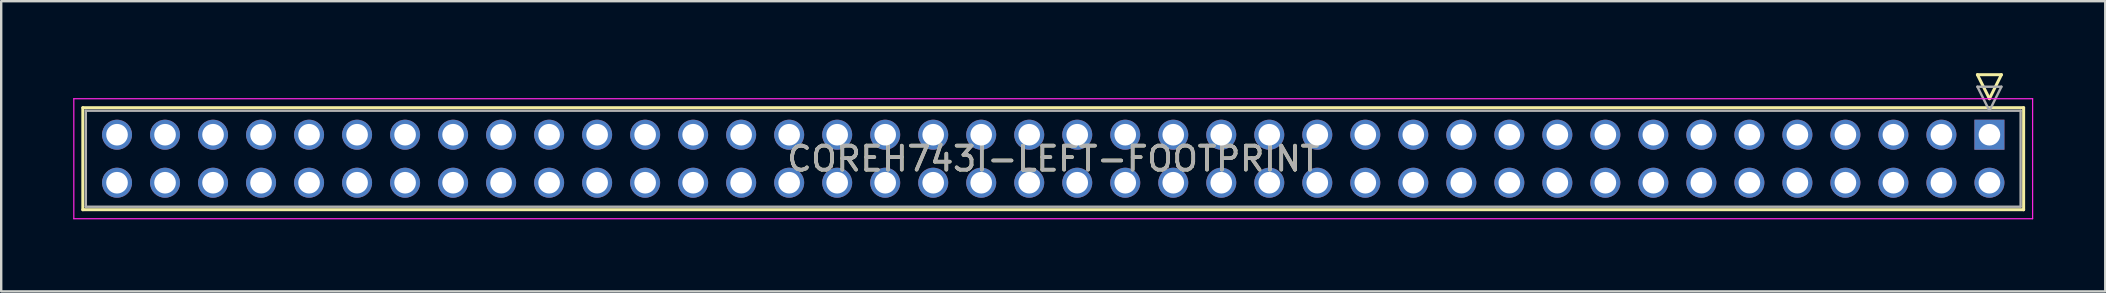
<source format=kicad_pcb>
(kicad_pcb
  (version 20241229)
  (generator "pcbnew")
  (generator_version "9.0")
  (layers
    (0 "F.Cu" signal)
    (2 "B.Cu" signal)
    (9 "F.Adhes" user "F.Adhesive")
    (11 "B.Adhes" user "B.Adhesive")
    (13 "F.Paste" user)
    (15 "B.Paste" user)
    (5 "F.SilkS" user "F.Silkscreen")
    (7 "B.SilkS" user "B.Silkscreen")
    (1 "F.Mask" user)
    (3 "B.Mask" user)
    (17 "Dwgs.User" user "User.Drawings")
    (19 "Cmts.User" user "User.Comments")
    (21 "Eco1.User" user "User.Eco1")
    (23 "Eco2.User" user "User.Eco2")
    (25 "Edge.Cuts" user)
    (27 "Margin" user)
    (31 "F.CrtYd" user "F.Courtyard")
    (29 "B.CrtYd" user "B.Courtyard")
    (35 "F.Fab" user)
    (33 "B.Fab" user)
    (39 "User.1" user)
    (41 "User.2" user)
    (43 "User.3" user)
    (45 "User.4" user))
  (footprint "COREH743I-LEFT-FOOTPRINT"
    (layer "F.Cu")
    (at 79.825 2.562)
    (property "Reference" "COREH743I-LEFT-FOOTPRINT" (at -39 1 0) (unlocked yes) (layer "F.SilkS") (effects (font (size 1 1) (thickness 0.15))))
    (attr through_hole)
    (fp_line (start -79.425 -1.125) (end -79.425 3.125) (stroke (width 0.125) (type solid)) (layer "F.SilkS"))
    (fp_line (start -79.425 3.125) (end 1.425 3.125) (stroke (width 0.125) (type solid)) (layer "F.SilkS"))
    (fp_line (start -0.5 -2.5) (end 0.5 -2.5) (stroke (width 0.125) (type solid)) (layer "F.SilkS"))
    (fp_line (start 0 -1.5) (end -0.5 -2.5) (stroke (width 0.125) (type solid)) (layer "F.SilkS"))
    (fp_line (start 0.5 -2.5) (end 0 -1.5) (stroke (width 0.125) (type solid)) (layer "F.SilkS"))
    (fp_line (start 1.425 -1.125) (end -79.425 -1.125) (stroke (width 0.125) (type solid)) (layer "F.SilkS"))
    (fp_line (start 1.425 3.125) (end 1.425 -1.125) (stroke (width 0.125) (type solid)) (layer "F.SilkS"))
    (fp_line (start -79.8 -1.5) (end -79.8 3.5) (stroke (width 0.05) (type solid)) (layer "F.CrtYd"))
    (fp_line (start -79.8 3.5) (end 1.8 3.5) (stroke (width 0.05) (type solid)) (layer "F.CrtYd"))
    (fp_line (start 1.8 -1.5) (end -79.8 -1.5) (stroke (width 0.05) (type solid)) (layer "F.CrtYd"))
    (fp_line (start 1.8 3.5) (end 1.8 -1.5) (stroke (width 0.05) (type solid)) (layer "F.CrtYd"))
    (fp_line (start -79.3 -1) (end -79.3 3) (stroke (width 0.1) (type solid)) (layer "F.Fab"))
    (fp_line (start -79.3 3) (end 1.3 3) (stroke (width 0.1) (type solid)) (layer "F.Fab"))
    (fp_line (start -0.5 -2) (end 0.5 -2) (stroke (width 0.1) (type solid)) (layer "F.Fab"))
    (fp_line (start 0 -1) (end -0.5 -2) (stroke (width 0.1) (type solid)) (layer "F.Fab"))
    (fp_line (start 0.5 -2) (end 0 -1) (stroke (width 0.1) (type solid)) (layer "F.Fab"))
    (fp_line (start 1.3 -1) (end -79.3 -1) (stroke (width 0.1) (type solid)) (layer "F.Fab"))
    (fp_line (start 1.3 3) (end 1.3 -1) (stroke (width 0.1) (type solid)) (layer "F.Fab"))
    (fp_text user "${REFERENCE}" (at -39 1 0) (unlocked yes) (layer "F.Fab") (effects (font (size 1 1) (thickness 0.15))))
    (pad "1" thru_hole rect (at 0 0) (size 1.25 1.25) (drill 0.9) (layers "*.Cu" "*.Mask"))
    (pad "2" thru_hole circle (at 0 2) (size 1.25 1.25) (drill 0.9) (layers "*.Cu" "*.Mask"))
    (pad "3" thru_hole circle (at -2 0) (size 1.25 1.25) (drill 0.9) (layers "*.Cu" "*.Mask"))
    (pad "4" thru_hole circle (at -2 2) (size 1.25 1.25) (drill 0.9) (layers "*.Cu" "*.Mask"))
    (pad "5" thru_hole circle (at -4 0) (size 1.25 1.25) (drill 0.9) (layers "*.Cu" "*.Mask"))
    (pad "6" thru_hole circle (at -4 2) (size 1.25 1.25) (drill 0.9) (layers "*.Cu" "*.Mask"))
    (pad "7" thru_hole circle (at -6 0) (size 1.25 1.25) (drill 0.9) (layers "*.Cu" "*.Mask"))
    (pad "8" thru_hole circle (at -6 2) (size 1.25 1.25) (drill 0.9) (layers "*.Cu" "*.Mask"))
    (pad "9" thru_hole circle (at -8 0) (size 1.25 1.25) (drill 0.9) (layers "*.Cu" "*.Mask"))
    (pad "10" thru_hole circle (at -8 2) (size 1.25 1.25) (drill 0.9) (layers "*.Cu" "*.Mask"))
    (pad "11" thru_hole circle (at -10 0) (size 1.25 1.25) (drill 0.9) (layers "*.Cu" "*.Mask"))
    (pad "12" thru_hole circle (at -10 2) (size 1.25 1.25) (drill 0.9) (layers "*.Cu" "*.Mask"))
    (pad "13" thru_hole circle (at -12 0) (size 1.25 1.25) (drill 0.9) (layers "*.Cu" "*.Mask"))
    (pad "14" thru_hole circle (at -12 2) (size 1.25 1.25) (drill 0.9) (layers "*.Cu" "*.Mask"))
    (pad "15" thru_hole circle (at -14 0) (size 1.25 1.25) (drill 0.9) (layers "*.Cu" "*.Mask"))
    (pad "16" thru_hole circle (at -14 2) (size 1.25 1.25) (drill 0.9) (layers "*.Cu" "*.Mask"))
    (pad "17" thru_hole circle (at -16 0) (size 1.25 1.25) (drill 0.9) (layers "*.Cu" "*.Mask"))
    (pad "18" thru_hole circle (at -16 2) (size 1.25 1.25) (drill 0.9) (layers "*.Cu" "*.Mask"))
    (pad "19" thru_hole circle (at -18 0) (size 1.25 1.25) (drill 0.9) (layers "*.Cu" "*.Mask"))
    (pad "20" thru_hole circle (at -18 2) (size 1.25 1.25) (drill 0.9) (layers "*.Cu" "*.Mask"))
    (pad "21" thru_hole circle (at -20 0) (size 1.25 1.25) (drill 0.9) (layers "*.Cu" "*.Mask"))
    (pad "22" thru_hole circle (at -20 2) (size 1.25 1.25) (drill 0.9) (layers "*.Cu" "*.Mask"))
    (pad "23" thru_hole circle (at -22 0) (size 1.25 1.25) (drill 0.9) (layers "*.Cu" "*.Mask"))
    (pad "24" thru_hole circle (at -22 2) (size 1.25 1.25) (drill 0.9) (layers "*.Cu" "*.Mask"))
    (pad "25" thru_hole circle (at -24 0) (size 1.25 1.25) (drill 0.9) (layers "*.Cu" "*.Mask"))
    (pad "26" thru_hole circle (at -24 2) (size 1.25 1.25) (drill 0.9) (layers "*.Cu" "*.Mask"))
    (pad "27" thru_hole circle (at -26 0) (size 1.25 1.25) (drill 0.9) (layers "*.Cu" "*.Mask"))
    (pad "28" thru_hole circle (at -26 2) (size 1.25 1.25) (drill 0.9) (layers "*.Cu" "*.Mask"))
    (pad "29" thru_hole circle (at -28 0) (size 1.25 1.25) (drill 0.9) (layers "*.Cu" "*.Mask"))
    (pad "30" thru_hole circle (at -28 2) (size 1.25 1.25) (drill 0.9) (layers "*.Cu" "*.Mask"))
    (pad "31" thru_hole circle (at -30 0) (size 1.25 1.25) (drill 0.9) (layers "*.Cu" "*.Mask"))
    (pad "32" thru_hole circle (at -30 2) (size 1.25 1.25) (drill 0.9) (layers "*.Cu" "*.Mask"))
    (pad "33" thru_hole circle (at -32 0) (size 1.25 1.25) (drill 0.9) (layers "*.Cu" "*.Mask"))
    (pad "34" thru_hole circle (at -32 2) (size 1.25 1.25) (drill 0.9) (layers "*.Cu" "*.Mask"))
    (pad "35" thru_hole circle (at -34 0) (size 1.25 1.25) (drill 0.9) (layers "*.Cu" "*.Mask"))
    (pad "36" thru_hole circle (at -34 2) (size 1.25 1.25) (drill 0.9) (layers "*.Cu" "*.Mask"))
    (pad "37" thru_hole circle (at -36 0) (size 1.25 1.25) (drill 0.9) (layers "*.Cu" "*.Mask"))
    (pad "38" thru_hole circle (at -36 2) (size 1.25 1.25) (drill 0.9) (layers "*.Cu" "*.Mask"))
    (pad "39" thru_hole circle (at -38 0) (size 1.25 1.25) (drill 0.9) (layers "*.Cu" "*.Mask"))
    (pad "40" thru_hole circle (at -38 2) (size 1.25 1.25) (drill 0.9) (layers "*.Cu" "*.Mask"))
    (pad "41" thru_hole circle (at -40 0) (size 1.25 1.25) (drill 0.9) (layers "*.Cu" "*.Mask"))
    (pad "42" thru_hole circle (at -40 2) (size 1.25 1.25) (drill 0.9) (layers "*.Cu" "*.Mask"))
    (pad "43" thru_hole circle (at -42 0) (size 1.25 1.25) (drill 0.9) (layers "*.Cu" "*.Mask"))
    (pad "44" thru_hole circle (at -42 2) (size 1.25 1.25) (drill 0.9) (layers "*.Cu" "*.Mask"))
    (pad "45" thru_hole circle (at -44 0) (size 1.25 1.25) (drill 0.9) (layers "*.Cu" "*.Mask"))
    (pad "46" thru_hole circle (at -44 2) (size 1.25 1.25) (drill 0.9) (layers "*.Cu" "*.Mask"))
    (pad "47" thru_hole circle (at -46 0) (size 1.25 1.25) (drill 0.9) (layers "*.Cu" "*.Mask"))
    (pad "48" thru_hole circle (at -46 2) (size 1.25 1.25) (drill 0.9) (layers "*.Cu" "*.Mask"))
    (pad "49" thru_hole circle (at -48 0) (size 1.25 1.25) (drill 0.9) (layers "*.Cu" "*.Mask"))
    (pad "50" thru_hole circle (at -48 2) (size 1.25 1.25) (drill 0.9) (layers "*.Cu" "*.Mask"))
    (pad "51" thru_hole circle (at -50 0) (size 1.25 1.25) (drill 0.9) (layers "*.Cu" "*.Mask"))
    (pad "52" thru_hole circle (at -50 2) (size 1.25 1.25) (drill 0.9) (layers "*.Cu" "*.Mask"))
    (pad "53" thru_hole circle (at -52 0) (size 1.25 1.25) (drill 0.9) (layers "*.Cu" "*.Mask"))
    (pad "54" thru_hole circle (at -52 2) (size 1.25 1.25) (drill 0.9) (layers "*.Cu" "*.Mask"))
    (pad "55" thru_hole circle (at -54 0) (size 1.25 1.25) (drill 0.9) (layers "*.Cu" "*.Mask"))
    (pad "56" thru_hole circle (at -54 2) (size 1.25 1.25) (drill 0.9) (layers "*.Cu" "*.Mask"))
    (pad "57" thru_hole circle (at -56 0) (size 1.25 1.25) (drill 0.9) (layers "*.Cu" "*.Mask"))
    (pad "58" thru_hole circle (at -56 2) (size 1.25 1.25) (drill 0.9) (layers "*.Cu" "*.Mask"))
    (pad "59" thru_hole circle (at -58 0) (size 1.25 1.25) (drill 0.9) (layers "*.Cu" "*.Mask"))
    (pad "60" thru_hole circle (at -58 2) (size 1.25 1.25) (drill 0.9) (layers "*.Cu" "*.Mask"))
    (pad "61" thru_hole circle (at -60 0) (size 1.25 1.25) (drill 0.9) (layers "*.Cu" "*.Mask"))
    (pad "62" thru_hole circle (at -60 2) (size 1.25 1.25) (drill 0.9) (layers "*.Cu" "*.Mask"))
    (pad "63" thru_hole circle (at -62 0) (size 1.25 1.25) (drill 0.9) (layers "*.Cu" "*.Mask"))
    (pad "64" thru_hole circle (at -62 2) (size 1.25 1.25) (drill 0.9) (layers "*.Cu" "*.Mask"))
    (pad "65" thru_hole circle (at -64 0) (size 1.25 1.25) (drill 0.9) (layers "*.Cu" "*.Mask"))
    (pad "66" thru_hole circle (at -64 2) (size 1.25 1.25) (drill 0.9) (layers "*.Cu" "*.Mask"))
    (pad "67" thru_hole circle (at -66 0) (size 1.25 1.25) (drill 0.9) (layers "*.Cu" "*.Mask"))
    (pad "68" thru_hole circle (at -66 2) (size 1.25 1.25) (drill 0.9) (layers "*.Cu" "*.Mask"))
    (pad "69" thru_hole circle (at -68 0) (size 1.25 1.25) (drill 0.9) (layers "*.Cu" "*.Mask"))
    (pad "70" thru_hole circle (at -68 2) (size 1.25 1.25) (drill 0.9) (layers "*.Cu" "*.Mask"))
    (pad "71" thru_hole circle (at -70 0) (size 1.25 1.25) (drill 0.9) (layers "*.Cu" "*.Mask"))
    (pad "72" thru_hole circle (at -70 2) (size 1.25 1.25) (drill 0.9) (layers "*.Cu" "*.Mask"))
    (pad "73" thru_hole circle (at -72 0) (size 1.25 1.25) (drill 0.9) (layers "*.Cu" "*.Mask"))
    (pad "74" thru_hole circle (at -72 2) (size 1.25 1.25) (drill 0.9) (layers "*.Cu" "*.Mask"))
    (pad "75" thru_hole circle (at -74 0) (size 1.25 1.25) (drill 0.9) (layers "*.Cu" "*.Mask"))
    (pad "76" thru_hole circle (at -74 2) (size 1.25 1.25) (drill 0.9) (layers "*.Cu" "*.Mask"))
    (pad "77" thru_hole circle (at -76 0) (size 1.25 1.25) (drill 0.9) (layers "*.Cu" "*.Mask"))
    (pad "78" thru_hole circle (at -76 2) (size 1.25 1.25) (drill 0.9) (layers "*.Cu" "*.Mask"))
    (pad "79" thru_hole circle (at -78 0) (size 1.25 1.25) (drill 0.9) (layers "*.Cu" "*.Mask"))
    (pad "80" thru_hole circle (at -78 2) (size 1.25 1.25) (drill 0.9) (layers "*.Cu" "*.Mask")))
  (gr_rect
    (start -3 -3)
    (end 84.65 9.088)
    (stroke (width 0.1) (type default))
    (fill no)
    (layer "Edge.Cuts")))
</source>
